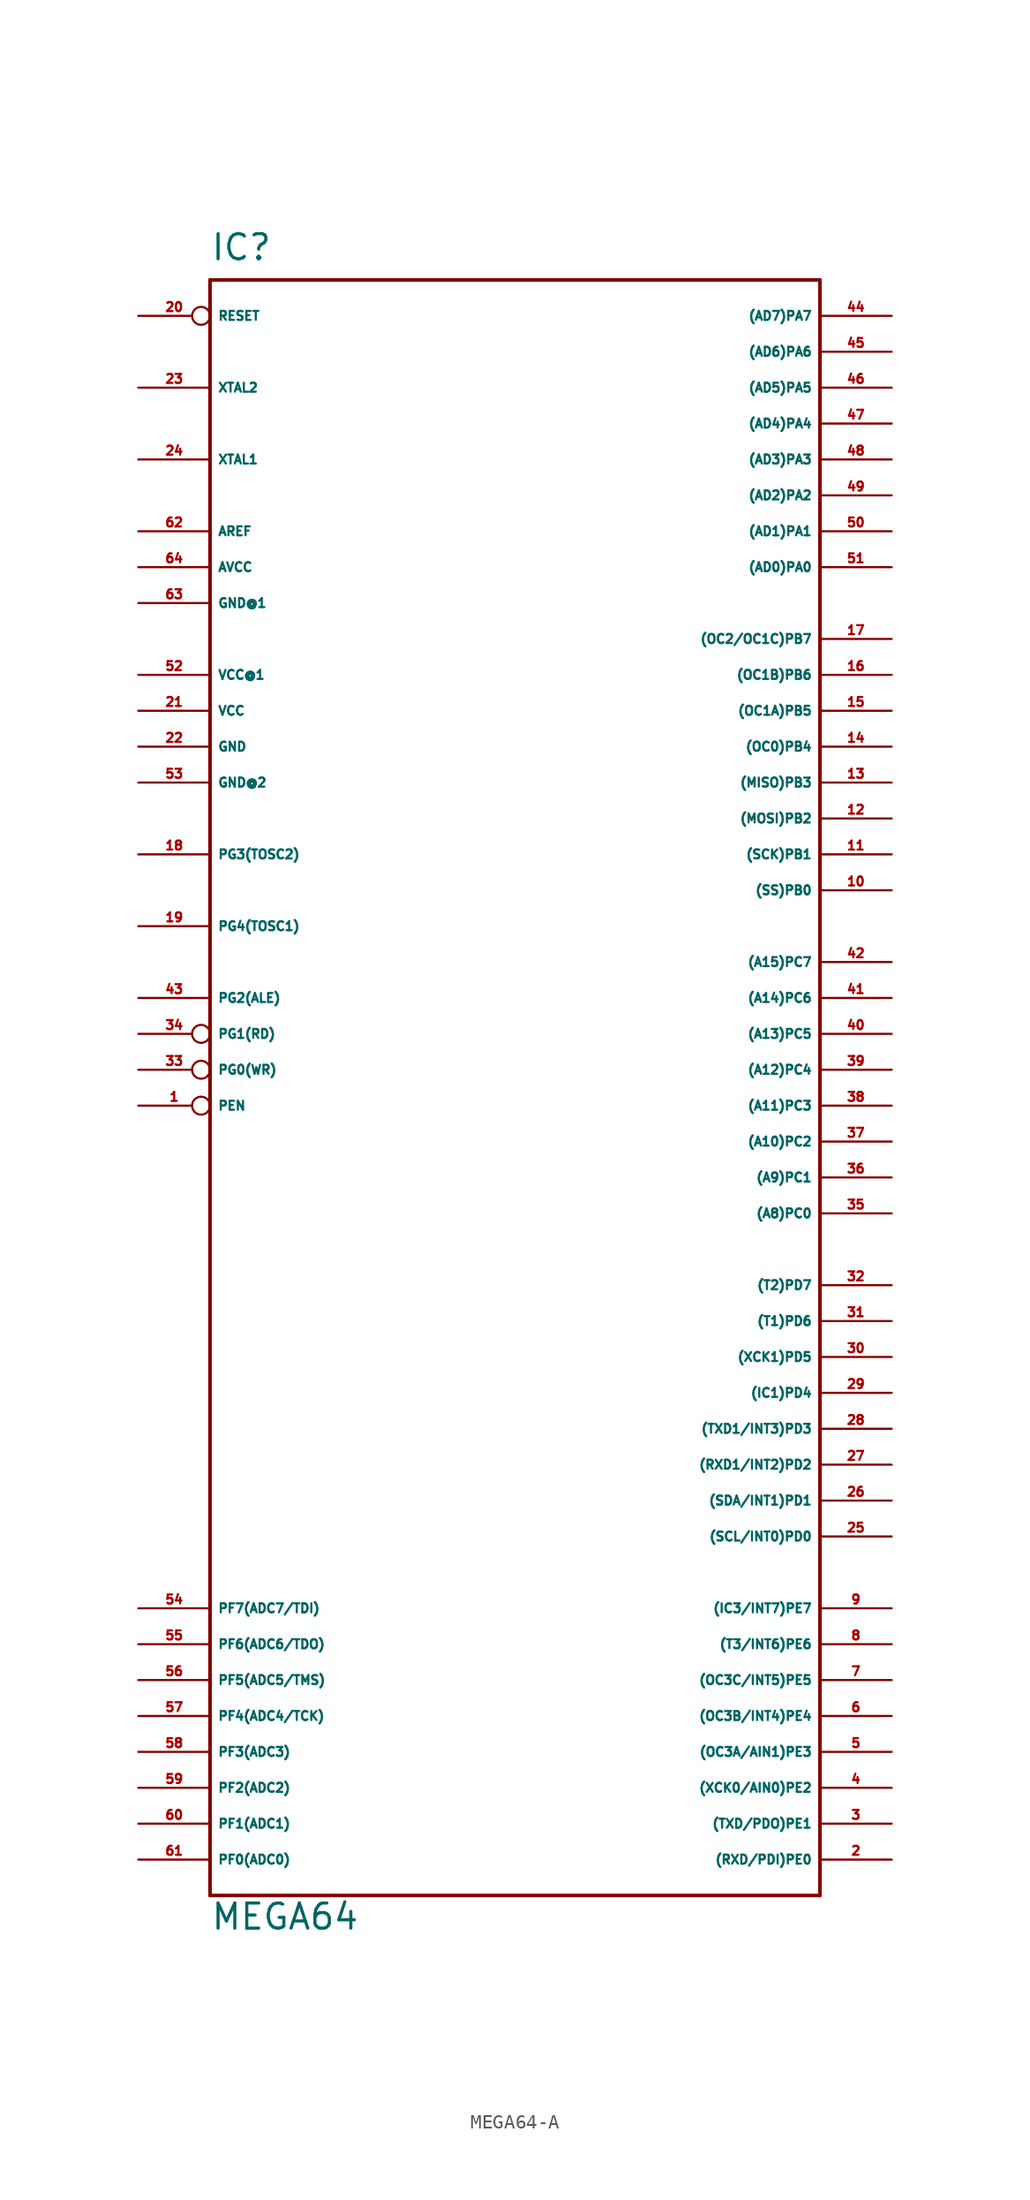
<source format=kicad_sym>
(kicad_symbol_lib
  (version 20220914)
  (generator Eagle2Kicad)
  (symbol "MEGA64-A"
    (property "Reference" "IC"
      (at -20.32 54.61 0)
      (effects (font (size 1.778 1.778) (thickness 0.22)) (justify left bottom)))
    (property "Value" "MEGA64"
      (at -20.32 -63.5 0)
      (effects (font (size 1.778 1.778) (thickness 0.22)) (justify left bottom)))
    (polyline
      (pts (xy -20.32 53.34) (xy 22.86 53.34))
      (stroke (width 0.254) (type default))
      (fill (type none)))
    (polyline
      (pts (xy 22.86 53.34) (xy 22.86 -60.96))
      (stroke (width 0.254) (type default))
      (fill (type none)))
    (polyline
      (pts (xy 22.86 -60.96) (xy -20.32 -60.96))
      (stroke (width 0.254) (type default))
      (fill (type none)))
    (polyline
      (pts (xy -20.32 -60.96) (xy -20.32 53.34))
      (stroke (width 0.254) (type default))
      (fill (type none)))
    (pin input line
      (at -25.4 -58.42 0)
      (length 5.08)
      (name "PF0(ADC0)" (effects (font (size 0.635 0.635) (thickness 0.08)) (justify left bottom)))
      (number "61" (effects (font (size 0.635 0.635) (thickness 0.08)) (justify left bottom))))
    (pin input line
      (at -25.4 -55.88 0)
      (length 5.08)
      (name "PF1(ADC1)" (effects (font (size 0.635 0.635) (thickness 0.08)) (justify left bottom)))
      (number "60" (effects (font (size 0.635 0.635) (thickness 0.08)) (justify left bottom))))
    (pin input line
      (at -25.4 -53.34 0)
      (length 5.08)
      (name "PF2(ADC2)" (effects (font (size 0.635 0.635) (thickness 0.08)) (justify left bottom)))
      (number "59" (effects (font (size 0.635 0.635) (thickness 0.08)) (justify left bottom))))
    (pin input line
      (at -25.4 -50.8 0)
      (length 5.08)
      (name "PF3(ADC3)" (effects (font (size 0.635 0.635) (thickness 0.08)) (justify left bottom)))
      (number "58" (effects (font (size 0.635 0.635) (thickness 0.08)) (justify left bottom))))
    (pin input line
      (at -25.4 -48.26 0)
      (length 5.08)
      (name "PF4(ADC4/TCK)" (effects (font (size 0.635 0.635) (thickness 0.08)) (justify left bottom)))
      (number "57" (effects (font (size 0.635 0.635) (thickness 0.08)) (justify left bottom))))
    (pin input line
      (at -25.4 -45.72 0)
      (length 5.08)
      (name "PF5(ADC5/TMS)" (effects (font (size 0.635 0.635) (thickness 0.08)) (justify left bottom)))
      (number "56" (effects (font (size 0.635 0.635) (thickness 0.08)) (justify left bottom))))
    (pin input line
      (at -25.4 -43.18 0)
      (length 5.08)
      (name "PF6(ADC6/TDO)" (effects (font (size 0.635 0.635) (thickness 0.08)) (justify left bottom)))
      (number "55" (effects (font (size 0.635 0.635) (thickness 0.08)) (justify left bottom))))
    (pin input line
      (at -25.4 -40.64 0)
      (length 5.08)
      (name "PF7(ADC7/TDI)" (effects (font (size 0.635 0.635) (thickness 0.08)) (justify left bottom)))
      (number "54" (effects (font (size 0.635 0.635) (thickness 0.08)) (justify left bottom))))
    (pin bidirectional line
      (at 27.94 -58.42 180)
      (length 5.08)
      (name "(RXD/PDI)PE0" (effects (font (size 0.635 0.635) (thickness 0.08)) (justify left bottom)))
      (number "2" (effects (font (size 0.635 0.635) (thickness 0.08)) (justify left bottom))))
    (pin bidirectional line
      (at 27.94 -55.88 180)
      (length 5.08)
      (name "(TXD/PDO)PE1" (effects (font (size 0.635 0.635) (thickness 0.08)) (justify left bottom)))
      (number "3" (effects (font (size 0.635 0.635) (thickness 0.08)) (justify left bottom))))
    (pin bidirectional line
      (at 27.94 -53.34 180)
      (length 5.08)
      (name "(XCK0/AIN0)PE2" (effects (font (size 0.635 0.635) (thickness 0.08)) (justify left bottom)))
      (number "4" (effects (font (size 0.635 0.635) (thickness 0.08)) (justify left bottom))))
    (pin bidirectional line
      (at 27.94 -50.8 180)
      (length 5.08)
      (name "(OC3A/AIN1)PE3" (effects (font (size 0.635 0.635) (thickness 0.08)) (justify left bottom)))
      (number "5" (effects (font (size 0.635 0.635) (thickness 0.08)) (justify left bottom))))
    (pin bidirectional line
      (at 27.94 -48.26 180)
      (length 5.08)
      (name "(OC3B/INT4)PE4" (effects (font (size 0.635 0.635) (thickness 0.08)) (justify left bottom)))
      (number "6" (effects (font (size 0.635 0.635) (thickness 0.08)) (justify left bottom))))
    (pin bidirectional line
      (at 27.94 -45.72 180)
      (length 5.08)
      (name "(OC3C/INT5)PE5" (effects (font (size 0.635 0.635) (thickness 0.08)) (justify left bottom)))
      (number "7" (effects (font (size 0.635 0.635) (thickness 0.08)) (justify left bottom))))
    (pin bidirectional line
      (at 27.94 -43.18 180)
      (length 5.08)
      (name "(T3/INT6)PE6" (effects (font (size 0.635 0.635) (thickness 0.08)) (justify left bottom)))
      (number "8" (effects (font (size 0.635 0.635) (thickness 0.08)) (justify left bottom))))
    (pin bidirectional line
      (at 27.94 -40.64 180)
      (length 5.08)
      (name "(IC3/INT7)PE7" (effects (font (size 0.635 0.635) (thickness 0.08)) (justify left bottom)))
      (number "9" (effects (font (size 0.635 0.635) (thickness 0.08)) (justify left bottom))))
    (pin bidirectional line
      (at 27.94 -17.78 180)
      (length 5.08)
      (name "(T2)PD7" (effects (font (size 0.635 0.635) (thickness 0.08)) (justify left bottom)))
      (number "32" (effects (font (size 0.635 0.635) (thickness 0.08)) (justify left bottom))))
    (pin bidirectional line
      (at 27.94 -20.32 180)
      (length 5.08)
      (name "(T1)PD6" (effects (font (size 0.635 0.635) (thickness 0.08)) (justify left bottom)))
      (number "31" (effects (font (size 0.635 0.635) (thickness 0.08)) (justify left bottom))))
    (pin bidirectional line
      (at 27.94 -22.86 180)
      (length 5.08)
      (name "(XCK1)PD5" (effects (font (size 0.635 0.635) (thickness 0.08)) (justify left bottom)))
      (number "30" (effects (font (size 0.635 0.635) (thickness 0.08)) (justify left bottom))))
    (pin bidirectional line
      (at 27.94 -25.4 180)
      (length 5.08)
      (name "(IC1)PD4" (effects (font (size 0.635 0.635) (thickness 0.08)) (justify left bottom)))
      (number "29" (effects (font (size 0.635 0.635) (thickness 0.08)) (justify left bottom))))
    (pin bidirectional line
      (at 27.94 -27.94 180)
      (length 5.08)
      (name "(TXD1/INT3)PD3" (effects (font (size 0.635 0.635) (thickness 0.08)) (justify left bottom)))
      (number "28" (effects (font (size 0.635 0.635) (thickness 0.08)) (justify left bottom))))
    (pin bidirectional line
      (at 27.94 -30.48 180)
      (length 5.08)
      (name "(RXD1/INT2)PD2" (effects (font (size 0.635 0.635) (thickness 0.08)) (justify left bottom)))
      (number "27" (effects (font (size 0.635 0.635) (thickness 0.08)) (justify left bottom))))
    (pin bidirectional line
      (at 27.94 -33.02 180)
      (length 5.08)
      (name "(SDA/INT1)PD1" (effects (font (size 0.635 0.635) (thickness 0.08)) (justify left bottom)))
      (number "26" (effects (font (size 0.635 0.635) (thickness 0.08)) (justify left bottom))))
    (pin bidirectional line
      (at 27.94 -35.56 180)
      (length 5.08)
      (name "(SCL/INT0)PD0" (effects (font (size 0.635 0.635) (thickness 0.08)) (justify left bottom)))
      (number "25" (effects (font (size 0.635 0.635) (thickness 0.08)) (justify left bottom))))
    (pin output line
      (at 27.94 5.08 180)
      (length 5.08)
      (name "(A15)PC7" (effects (font (size 0.635 0.635) (thickness 0.08)) (justify left bottom)))
      (number "42" (effects (font (size 0.635 0.635) (thickness 0.08)) (justify left bottom))))
    (pin output line
      (at 27.94 2.54 180)
      (length 5.08)
      (name "(A14)PC6" (effects (font (size 0.635 0.635) (thickness 0.08)) (justify left bottom)))
      (number "41" (effects (font (size 0.635 0.635) (thickness 0.08)) (justify left bottom))))
    (pin output line
      (at 27.94 0 180)
      (length 5.08)
      (name "(A13)PC5" (effects (font (size 0.635 0.635) (thickness 0.08)) (justify left bottom)))
      (number "40" (effects (font (size 0.635 0.635) (thickness 0.08)) (justify left bottom))))
    (pin output line
      (at 27.94 -2.54 180)
      (length 5.08)
      (name "(A12)PC4" (effects (font (size 0.635 0.635) (thickness 0.08)) (justify left bottom)))
      (number "39" (effects (font (size 0.635 0.635) (thickness 0.08)) (justify left bottom))))
    (pin output line
      (at 27.94 -5.08 180)
      (length 5.08)
      (name "(A11)PC3" (effects (font (size 0.635 0.635) (thickness 0.08)) (justify left bottom)))
      (number "38" (effects (font (size 0.635 0.635) (thickness 0.08)) (justify left bottom))))
    (pin output line
      (at 27.94 -7.62 180)
      (length 5.08)
      (name "(A10)PC2" (effects (font (size 0.635 0.635) (thickness 0.08)) (justify left bottom)))
      (number "37" (effects (font (size 0.635 0.635) (thickness 0.08)) (justify left bottom))))
    (pin output line
      (at 27.94 -10.16 180)
      (length 5.08)
      (name "(A9)PC1" (effects (font (size 0.635 0.635) (thickness 0.08)) (justify left bottom)))
      (number "36" (effects (font (size 0.635 0.635) (thickness 0.08)) (justify left bottom))))
    (pin output line
      (at 27.94 -12.7 180)
      (length 5.08)
      (name "(A8)PC0" (effects (font (size 0.635 0.635) (thickness 0.08)) (justify left bottom)))
      (number "35" (effects (font (size 0.635 0.635) (thickness 0.08)) (justify left bottom))))
    (pin bidirectional line
      (at 27.94 27.94 180)
      (length 5.08)
      (name "(OC2/OC1C)PB7" (effects (font (size 0.635 0.635) (thickness 0.08)) (justify left bottom)))
      (number "17" (effects (font (size 0.635 0.635) (thickness 0.08)) (justify left bottom))))
    (pin bidirectional line
      (at 27.94 25.4 180)
      (length 5.08)
      (name "(OC1B)PB6" (effects (font (size 0.635 0.635) (thickness 0.08)) (justify left bottom)))
      (number "16" (effects (font (size 0.635 0.635) (thickness 0.08)) (justify left bottom))))
    (pin bidirectional line
      (at 27.94 22.86 180)
      (length 5.08)
      (name "(OC1A)PB5" (effects (font (size 0.635 0.635) (thickness 0.08)) (justify left bottom)))
      (number "15" (effects (font (size 0.635 0.635) (thickness 0.08)) (justify left bottom))))
    (pin bidirectional line
      (at 27.94 20.32 180)
      (length 5.08)
      (name "(OC0)PB4" (effects (font (size 0.635 0.635) (thickness 0.08)) (justify left bottom)))
      (number "14" (effects (font (size 0.635 0.635) (thickness 0.08)) (justify left bottom))))
    (pin bidirectional line
      (at 27.94 17.78 180)
      (length 5.08)
      (name "(MISO)PB3" (effects (font (size 0.635 0.635) (thickness 0.08)) (justify left bottom)))
      (number "13" (effects (font (size 0.635 0.635) (thickness 0.08)) (justify left bottom))))
    (pin bidirectional line
      (at 27.94 15.24 180)
      (length 5.08)
      (name "(MOSI)PB2" (effects (font (size 0.635 0.635) (thickness 0.08)) (justify left bottom)))
      (number "12" (effects (font (size 0.635 0.635) (thickness 0.08)) (justify left bottom))))
    (pin bidirectional line
      (at 27.94 12.7 180)
      (length 5.08)
      (name "(SCK)PB1" (effects (font (size 0.635 0.635) (thickness 0.08)) (justify left bottom)))
      (number "11" (effects (font (size 0.635 0.635) (thickness 0.08)) (justify left bottom))))
    (pin bidirectional line
      (at 27.94 10.16 180)
      (length 5.08)
      (name "(SS)PB0" (effects (font (size 0.635 0.635) (thickness 0.08)) (justify left bottom)))
      (number "10" (effects (font (size 0.635 0.635) (thickness 0.08)) (justify left bottom))))
    (pin bidirectional line
      (at 27.94 48.26 180)
      (length 5.08)
      (name "(AD6)PA6" (effects (font (size 0.635 0.635) (thickness 0.08)) (justify left bottom)))
      (number "45" (effects (font (size 0.635 0.635) (thickness 0.08)) (justify left bottom))))
    (pin bidirectional line
      (at 27.94 50.8 180)
      (length 5.08)
      (name "(AD7)PA7" (effects (font (size 0.635 0.635) (thickness 0.08)) (justify left bottom)))
      (number "44" (effects (font (size 0.635 0.635) (thickness 0.08)) (justify left bottom))))
    (pin bidirectional line
      (at 27.94 45.72 180)
      (length 5.08)
      (name "(AD5)PA5" (effects (font (size 0.635 0.635) (thickness 0.08)) (justify left bottom)))
      (number "46" (effects (font (size 0.635 0.635) (thickness 0.08)) (justify left bottom))))
    (pin bidirectional line
      (at 27.94 43.18 180)
      (length 5.08)
      (name "(AD4)PA4" (effects (font (size 0.635 0.635) (thickness 0.08)) (justify left bottom)))
      (number "47" (effects (font (size 0.635 0.635) (thickness 0.08)) (justify left bottom))))
    (pin bidirectional line
      (at 27.94 40.64 180)
      (length 5.08)
      (name "(AD3)PA3" (effects (font (size 0.635 0.635) (thickness 0.08)) (justify left bottom)))
      (number "48" (effects (font (size 0.635 0.635) (thickness 0.08)) (justify left bottom))))
    (pin bidirectional line
      (at 27.94 38.1 180)
      (length 5.08)
      (name "(AD2)PA2" (effects (font (size 0.635 0.635) (thickness 0.08)) (justify left bottom)))
      (number "49" (effects (font (size 0.635 0.635) (thickness 0.08)) (justify left bottom))))
    (pin bidirectional line
      (at 27.94 35.56 180)
      (length 5.08)
      (name "(AD1)PA1" (effects (font (size 0.635 0.635) (thickness 0.08)) (justify left bottom)))
      (number "50" (effects (font (size 0.635 0.635) (thickness 0.08)) (justify left bottom))))
    (pin bidirectional line
      (at 27.94 33.02 180)
      (length 5.08)
      (name "(AD0)PA0" (effects (font (size 0.635 0.635) (thickness 0.08)) (justify left bottom)))
      (number "51" (effects (font (size 0.635 0.635) (thickness 0.08)) (justify left bottom))))
    (pin unspecified line
      (at -25.4 33.02 0)
      (length 5.08)
      (name "AVCC" (effects (font (size 0.635 0.635) (thickness 0.08)) (justify left bottom)))
      (number "64" (effects (font (size 0.635 0.635) (thickness 0.08)) (justify left bottom))))
    (pin unspecified line
      (at -25.4 30.48 0)
      (length 5.08)
      (name "GND@1" (effects (font (size 0.635 0.635) (thickness 0.08)) (justify left bottom)))
      (number "63" (effects (font (size 0.635 0.635) (thickness 0.08)) (justify left bottom))))
    (pin passive line
      (at -25.4 35.56 0)
      (length 5.08)
      (name "AREF" (effects (font (size 0.635 0.635) (thickness 0.08)) (justify left bottom)))
      (number "62" (effects (font (size 0.635 0.635) (thickness 0.08)) (justify left bottom))))
    (pin bidirectional line
      (at -25.4 40.64 0)
      (length 5.08)
      (name "XTAL1" (effects (font (size 0.635 0.635) (thickness 0.08)) (justify left bottom)))
      (number "24" (effects (font (size 0.635 0.635) (thickness 0.08)) (justify left bottom))))
    (pin bidirectional line
      (at -25.4 45.72 0)
      (length 5.08)
      (name "XTAL2" (effects (font (size 0.635 0.635) (thickness 0.08)) (justify left bottom)))
      (number "23" (effects (font (size 0.635 0.635) (thickness 0.08)) (justify left bottom))))
    (pin unspecified line
      (at -25.4 25.4 0)
      (length 5.08)
      (name "VCC@1" (effects (font (size 0.635 0.635) (thickness 0.08)) (justify left bottom)))
      (number "52" (effects (font (size 0.635 0.635) (thickness 0.08)) (justify left bottom))))
    (pin unspecified line
      (at -25.4 22.86 0)
      (length 5.08)
      (name "VCC" (effects (font (size 0.635 0.635) (thickness 0.08)) (justify left bottom)))
      (number "21" (effects (font (size 0.635 0.635) (thickness 0.08)) (justify left bottom))))
    (pin unspecified line
      (at -25.4 17.78 0)
      (length 5.08)
      (name "GND@2" (effects (font (size 0.635 0.635) (thickness 0.08)) (justify left bottom)))
      (number "53" (effects (font (size 0.635 0.635) (thickness 0.08)) (justify left bottom))))
    (pin unspecified line
      (at -25.4 20.32 0)
      (length 5.08)
      (name "GND" (effects (font (size 0.635 0.635) (thickness 0.08)) (justify left bottom)))
      (number "22" (effects (font (size 0.635 0.635) (thickness 0.08)) (justify left bottom))))
    (pin bidirectional line
      (at -25.4 12.7 0)
      (length 5.08)
      (name "PG3(TOSC2)" (effects (font (size 0.635 0.635) (thickness 0.08)) (justify left bottom)))
      (number "18" (effects (font (size 0.635 0.635) (thickness 0.08)) (justify left bottom))))
    (pin bidirectional line
      (at -25.4 7.62 0)
      (length 5.08)
      (name "PG4(TOSC1)" (effects (font (size 0.635 0.635) (thickness 0.08)) (justify left bottom)))
      (number "19" (effects (font (size 0.635 0.635) (thickness 0.08)) (justify left bottom))))
    (pin bidirectional inverted
      (at -25.4 -2.54 0)
      (length 5.08)
      (name "PG0(WR)" (effects (font (size 0.635 0.635) (thickness 0.08)) (justify left bottom)))
      (number "33" (effects (font (size 0.635 0.635) (thickness 0.08)) (justify left bottom))))
    (pin bidirectional inverted
      (at -25.4 0 0)
      (length 5.08)
      (name "PG1(RD)" (effects (font (size 0.635 0.635) (thickness 0.08)) (justify left bottom)))
      (number "34" (effects (font (size 0.635 0.635) (thickness 0.08)) (justify left bottom))))
    (pin bidirectional line
      (at -25.4 2.54 0)
      (length 5.08)
      (name "PG2(ALE)" (effects (font (size 0.635 0.635) (thickness 0.08)) (justify left bottom)))
      (number "43" (effects (font (size 0.635 0.635) (thickness 0.08)) (justify left bottom))))
    (pin input inverted
      (at -25.4 50.8 0)
      (length 5.08)
      (name "RESET" (effects (font (size 0.635 0.635) (thickness 0.08)) (justify left bottom)))
      (number "20" (effects (font (size 0.635 0.635) (thickness 0.08)) (justify left bottom))))
    (pin input inverted
      (at -25.4 -5.08 0)
      (length 5.08)
      (name "PEN" (effects (font (size 0.635 0.635) (thickness 0.08)) (justify left bottom)))
      (number "1" (effects (font (size 0.635 0.635) (thickness 0.08)) (justify left bottom))))))
</source>
